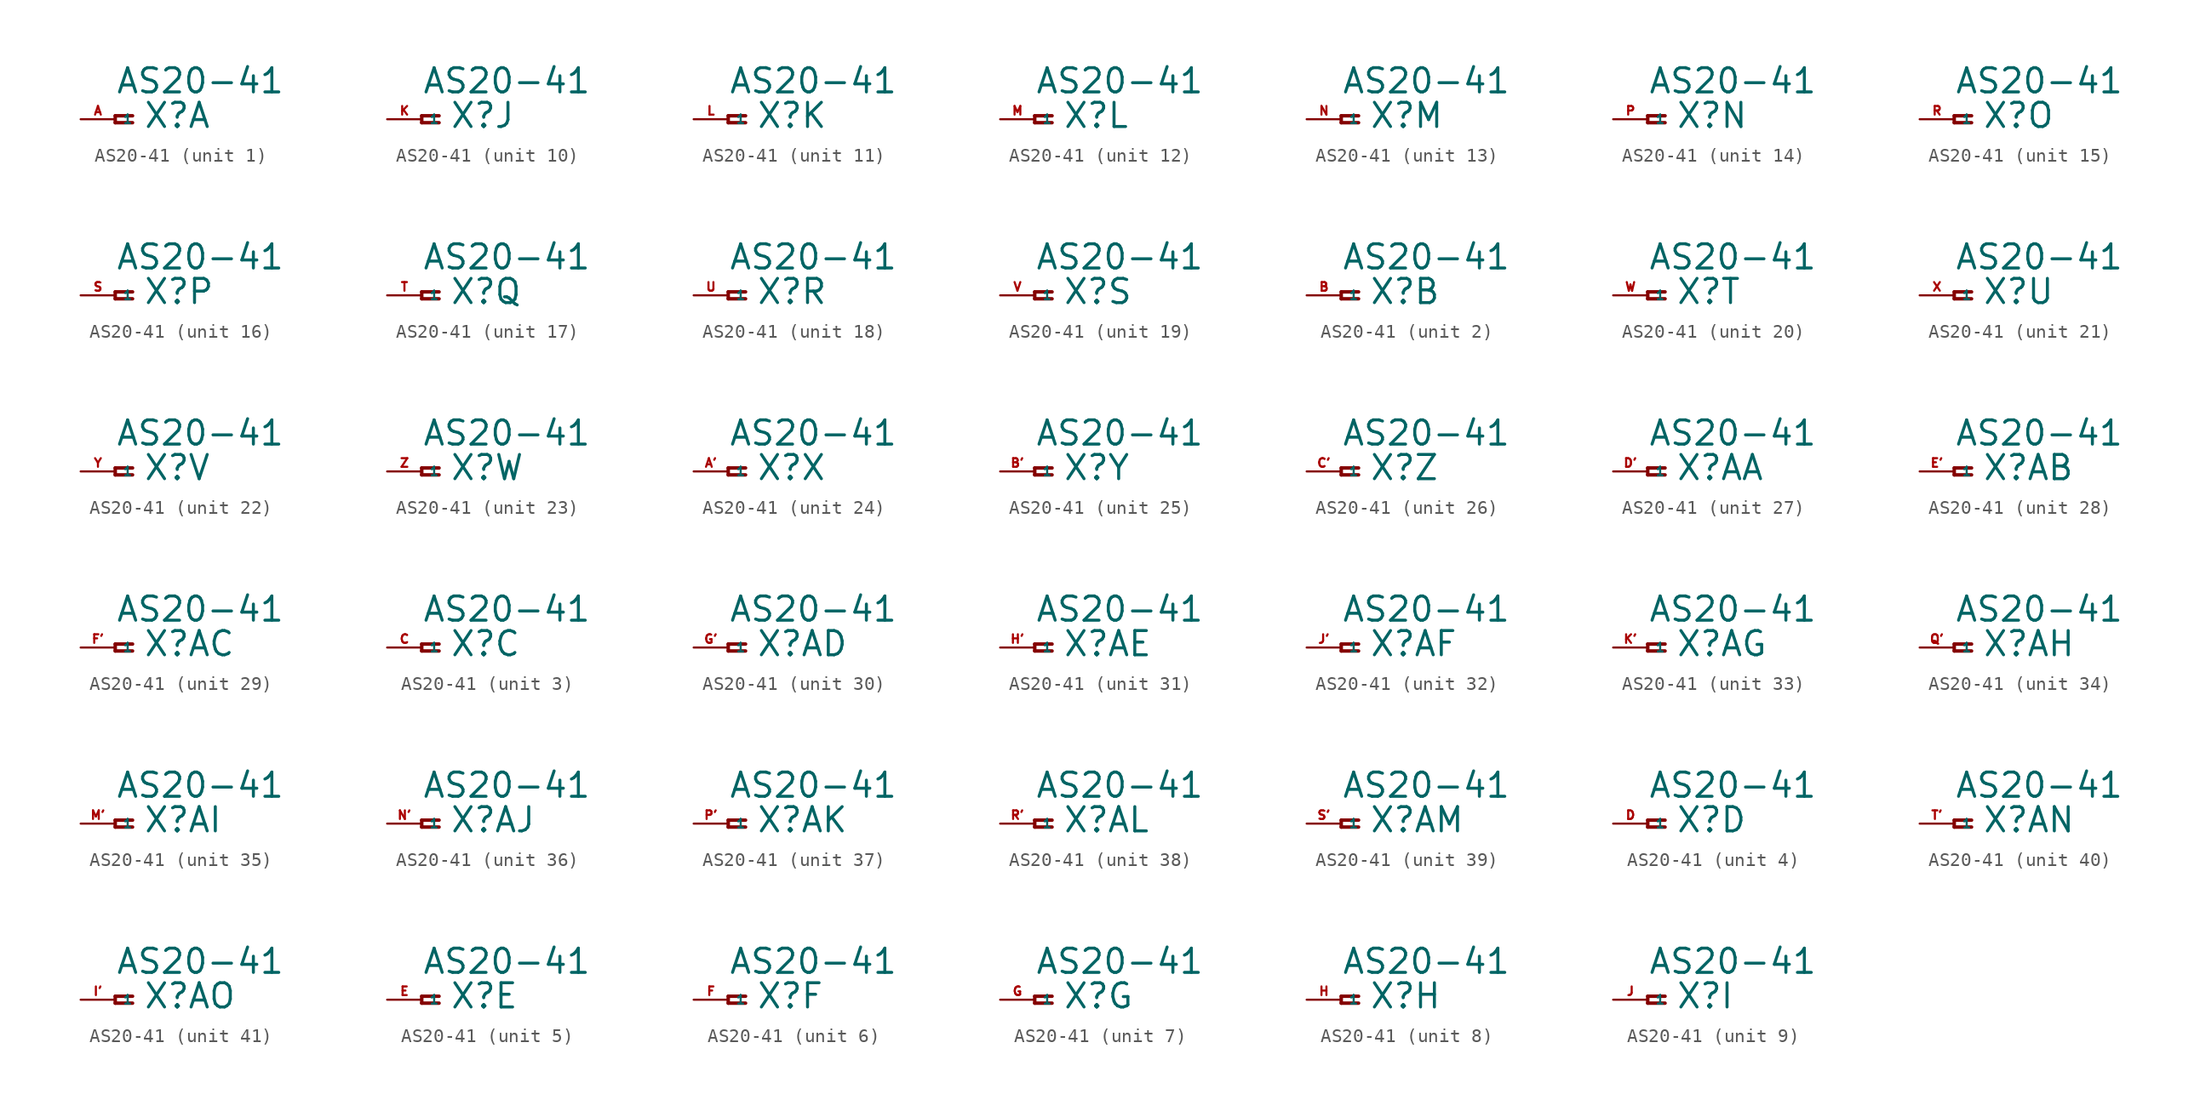
<source format=kicad_sym>
(kicad_symbol_lib
  (version 20220914)
  (generator Eagle2Kicad)
  (symbol "AS20-41"
    (property "Reference" "X"
      (at 2.032 -0.762 0)
      (effects (font (size 1.778 1.778) (thickness 0.22)) (justify left bottom)))
    (property "Value" "AS20-41"
      (at 0 1.778 0)
      (effects (font (size 1.778 1.778) (thickness 0.22)) (justify left bottom)))
    (symbol "AS20-41_1_0"
      (polyline (pts (xy 1.27 0.254) (xy 0 0.254)) (stroke (width 0.254) (type default)) (fill (type none)))
      (polyline (pts (xy 0 0.254) (xy 0 -0.254)) (stroke (width 0.254) (type default)) (fill (type none)))
      (polyline (pts (xy 0 -0.254) (xy 1.27 -0.254)) (stroke (width 0.254) (type default)) (fill (type none)))
      (pin passive line (at -2.54 0 0) (length 2.54) (name "1" (effects (font (size 0.635 0.635) (thickness 0.08)) (justify left bottom))) (number "A" (effects (font (size 0.635 0.635) (thickness 0.08)) (justify left bottom)))))
    (symbol "AS20-41_2_0"
      (polyline (pts (xy 1.27 0.254) (xy 0 0.254)) (stroke (width 0.254) (type default)) (fill (type none)))
      (polyline (pts (xy 0 0.254) (xy 0 -0.254)) (stroke (width 0.254) (type default)) (fill (type none)))
      (polyline (pts (xy 0 -0.254) (xy 1.27 -0.254)) (stroke (width 0.254) (type default)) (fill (type none)))
      (pin passive line (at -2.54 0 0) (length 2.54) (name "1" (effects (font (size 0.635 0.635) (thickness 0.08)) (justify left bottom))) (number "B" (effects (font (size 0.635 0.635) (thickness 0.08)) (justify left bottom)))))
    (symbol "AS20-41_3_0"
      (polyline (pts (xy 1.27 0.254) (xy 0 0.254)) (stroke (width 0.254) (type default)) (fill (type none)))
      (polyline (pts (xy 0 0.254) (xy 0 -0.254)) (stroke (width 0.254) (type default)) (fill (type none)))
      (polyline (pts (xy 0 -0.254) (xy 1.27 -0.254)) (stroke (width 0.254) (type default)) (fill (type none)))
      (pin passive line (at -2.54 0 0) (length 2.54) (name "1" (effects (font (size 0.635 0.635) (thickness 0.08)) (justify left bottom))) (number "C" (effects (font (size 0.635 0.635) (thickness 0.08)) (justify left bottom)))))
    (symbol "AS20-41_4_0"
      (polyline (pts (xy 1.27 0.254) (xy 0 0.254)) (stroke (width 0.254) (type default)) (fill (type none)))
      (polyline (pts (xy 0 0.254) (xy 0 -0.254)) (stroke (width 0.254) (type default)) (fill (type none)))
      (polyline (pts (xy 0 -0.254) (xy 1.27 -0.254)) (stroke (width 0.254) (type default)) (fill (type none)))
      (pin passive line (at -2.54 0 0) (length 2.54) (name "1" (effects (font (size 0.635 0.635) (thickness 0.08)) (justify left bottom))) (number "D" (effects (font (size 0.635 0.635) (thickness 0.08)) (justify left bottom)))))
    (symbol "AS20-41_5_0"
      (polyline (pts (xy 1.27 0.254) (xy 0 0.254)) (stroke (width 0.254) (type default)) (fill (type none)))
      (polyline (pts (xy 0 0.254) (xy 0 -0.254)) (stroke (width 0.254) (type default)) (fill (type none)))
      (polyline (pts (xy 0 -0.254) (xy 1.27 -0.254)) (stroke (width 0.254) (type default)) (fill (type none)))
      (pin passive line (at -2.54 0 0) (length 2.54) (name "1" (effects (font (size 0.635 0.635) (thickness 0.08)) (justify left bottom))) (number "E" (effects (font (size 0.635 0.635) (thickness 0.08)) (justify left bottom)))))
    (symbol "AS20-41_6_0"
      (polyline (pts (xy 1.27 0.254) (xy 0 0.254)) (stroke (width 0.254) (type default)) (fill (type none)))
      (polyline (pts (xy 0 0.254) (xy 0 -0.254)) (stroke (width 0.254) (type default)) (fill (type none)))
      (polyline (pts (xy 0 -0.254) (xy 1.27 -0.254)) (stroke (width 0.254) (type default)) (fill (type none)))
      (pin passive line (at -2.54 0 0) (length 2.54) (name "1" (effects (font (size 0.635 0.635) (thickness 0.08)) (justify left bottom))) (number "F" (effects (font (size 0.635 0.635) (thickness 0.08)) (justify left bottom)))))
    (symbol "AS20-41_7_0"
      (polyline (pts (xy 1.27 0.254) (xy 0 0.254)) (stroke (width 0.254) (type default)) (fill (type none)))
      (polyline (pts (xy 0 0.254) (xy 0 -0.254)) (stroke (width 0.254) (type default)) (fill (type none)))
      (polyline (pts (xy 0 -0.254) (xy 1.27 -0.254)) (stroke (width 0.254) (type default)) (fill (type none)))
      (pin passive line (at -2.54 0 0) (length 2.54) (name "1" (effects (font (size 0.635 0.635) (thickness 0.08)) (justify left bottom))) (number "G" (effects (font (size 0.635 0.635) (thickness 0.08)) (justify left bottom)))))
    (symbol "AS20-41_8_0"
      (polyline (pts (xy 1.27 0.254) (xy 0 0.254)) (stroke (width 0.254) (type default)) (fill (type none)))
      (polyline (pts (xy 0 0.254) (xy 0 -0.254)) (stroke (width 0.254) (type default)) (fill (type none)))
      (polyline (pts (xy 0 -0.254) (xy 1.27 -0.254)) (stroke (width 0.254) (type default)) (fill (type none)))
      (pin passive line (at -2.54 0 0) (length 2.54) (name "1" (effects (font (size 0.635 0.635) (thickness 0.08)) (justify left bottom))) (number "H" (effects (font (size 0.635 0.635) (thickness 0.08)) (justify left bottom)))))
    (symbol "AS20-41_9_0"
      (polyline (pts (xy 1.27 0.254) (xy 0 0.254)) (stroke (width 0.254) (type default)) (fill (type none)))
      (polyline (pts (xy 0 0.254) (xy 0 -0.254)) (stroke (width 0.254) (type default)) (fill (type none)))
      (polyline (pts (xy 0 -0.254) (xy 1.27 -0.254)) (stroke (width 0.254) (type default)) (fill (type none)))
      (pin passive line (at -2.54 0 0) (length 2.54) (name "1" (effects (font (size 0.635 0.635) (thickness 0.08)) (justify left bottom))) (number "J" (effects (font (size 0.635 0.635) (thickness 0.08)) (justify left bottom)))))
    (symbol "AS20-41_10_0"
      (polyline (pts (xy 1.27 0.254) (xy 0 0.254)) (stroke (width 0.254) (type default)) (fill (type none)))
      (polyline (pts (xy 0 0.254) (xy 0 -0.254)) (stroke (width 0.254) (type default)) (fill (type none)))
      (polyline (pts (xy 0 -0.254) (xy 1.27 -0.254)) (stroke (width 0.254) (type default)) (fill (type none)))
      (pin passive line (at -2.54 0 0) (length 2.54) (name "1" (effects (font (size 0.635 0.635) (thickness 0.08)) (justify left bottom))) (number "K" (effects (font (size 0.635 0.635) (thickness 0.08)) (justify left bottom)))))
    (symbol "AS20-41_11_0"
      (polyline (pts (xy 1.27 0.254) (xy 0 0.254)) (stroke (width 0.254) (type default)) (fill (type none)))
      (polyline (pts (xy 0 0.254) (xy 0 -0.254)) (stroke (width 0.254) (type default)) (fill (type none)))
      (polyline (pts (xy 0 -0.254) (xy 1.27 -0.254)) (stroke (width 0.254) (type default)) (fill (type none)))
      (pin passive line (at -2.54 0 0) (length 2.54) (name "1" (effects (font (size 0.635 0.635) (thickness 0.08)) (justify left bottom))) (number "L" (effects (font (size 0.635 0.635) (thickness 0.08)) (justify left bottom)))))
    (symbol "AS20-41_12_0"
      (polyline (pts (xy 1.27 0.254) (xy 0 0.254)) (stroke (width 0.254) (type default)) (fill (type none)))
      (polyline (pts (xy 0 0.254) (xy 0 -0.254)) (stroke (width 0.254) (type default)) (fill (type none)))
      (polyline (pts (xy 0 -0.254) (xy 1.27 -0.254)) (stroke (width 0.254) (type default)) (fill (type none)))
      (pin passive line (at -2.54 0 0) (length 2.54) (name "1" (effects (font (size 0.635 0.635) (thickness 0.08)) (justify left bottom))) (number "M" (effects (font (size 0.635 0.635) (thickness 0.08)) (justify left bottom)))))
    (symbol "AS20-41_13_0"
      (polyline (pts (xy 1.27 0.254) (xy 0 0.254)) (stroke (width 0.254) (type default)) (fill (type none)))
      (polyline (pts (xy 0 0.254) (xy 0 -0.254)) (stroke (width 0.254) (type default)) (fill (type none)))
      (polyline (pts (xy 0 -0.254) (xy 1.27 -0.254)) (stroke (width 0.254) (type default)) (fill (type none)))
      (pin passive line (at -2.54 0 0) (length 2.54) (name "1" (effects (font (size 0.635 0.635) (thickness 0.08)) (justify left bottom))) (number "N" (effects (font (size 0.635 0.635) (thickness 0.08)) (justify left bottom)))))
    (symbol "AS20-41_14_0"
      (polyline (pts (xy 1.27 0.254) (xy 0 0.254)) (stroke (width 0.254) (type default)) (fill (type none)))
      (polyline (pts (xy 0 0.254) (xy 0 -0.254)) (stroke (width 0.254) (type default)) (fill (type none)))
      (polyline (pts (xy 0 -0.254) (xy 1.27 -0.254)) (stroke (width 0.254) (type default)) (fill (type none)))
      (pin passive line (at -2.54 0 0) (length 2.54) (name "1" (effects (font (size 0.635 0.635) (thickness 0.08)) (justify left bottom))) (number "P" (effects (font (size 0.635 0.635) (thickness 0.08)) (justify left bottom)))))
    (symbol "AS20-41_15_0"
      (polyline (pts (xy 1.27 0.254) (xy 0 0.254)) (stroke (width 0.254) (type default)) (fill (type none)))
      (polyline (pts (xy 0 0.254) (xy 0 -0.254)) (stroke (width 0.254) (type default)) (fill (type none)))
      (polyline (pts (xy 0 -0.254) (xy 1.27 -0.254)) (stroke (width 0.254) (type default)) (fill (type none)))
      (pin passive line (at -2.54 0 0) (length 2.54) (name "1" (effects (font (size 0.635 0.635) (thickness 0.08)) (justify left bottom))) (number "R" (effects (font (size 0.635 0.635) (thickness 0.08)) (justify left bottom)))))
    (symbol "AS20-41_16_0"
      (polyline (pts (xy 1.27 0.254) (xy 0 0.254)) (stroke (width 0.254) (type default)) (fill (type none)))
      (polyline (pts (xy 0 0.254) (xy 0 -0.254)) (stroke (width 0.254) (type default)) (fill (type none)))
      (polyline (pts (xy 0 -0.254) (xy 1.27 -0.254)) (stroke (width 0.254) (type default)) (fill (type none)))
      (pin passive line (at -2.54 0 0) (length 2.54) (name "1" (effects (font (size 0.635 0.635) (thickness 0.08)) (justify left bottom))) (number "S" (effects (font (size 0.635 0.635) (thickness 0.08)) (justify left bottom)))))
    (symbol "AS20-41_17_0"
      (polyline (pts (xy 1.27 0.254) (xy 0 0.254)) (stroke (width 0.254) (type default)) (fill (type none)))
      (polyline (pts (xy 0 0.254) (xy 0 -0.254)) (stroke (width 0.254) (type default)) (fill (type none)))
      (polyline (pts (xy 0 -0.254) (xy 1.27 -0.254)) (stroke (width 0.254) (type default)) (fill (type none)))
      (pin passive line (at -2.54 0 0) (length 2.54) (name "1" (effects (font (size 0.635 0.635) (thickness 0.08)) (justify left bottom))) (number "T" (effects (font (size 0.635 0.635) (thickness 0.08)) (justify left bottom)))))
    (symbol "AS20-41_18_0"
      (polyline (pts (xy 1.27 0.254) (xy 0 0.254)) (stroke (width 0.254) (type default)) (fill (type none)))
      (polyline (pts (xy 0 0.254) (xy 0 -0.254)) (stroke (width 0.254) (type default)) (fill (type none)))
      (polyline (pts (xy 0 -0.254) (xy 1.27 -0.254)) (stroke (width 0.254) (type default)) (fill (type none)))
      (pin passive line (at -2.54 0 0) (length 2.54) (name "1" (effects (font (size 0.635 0.635) (thickness 0.08)) (justify left bottom))) (number "U" (effects (font (size 0.635 0.635) (thickness 0.08)) (justify left bottom)))))
    (symbol "AS20-41_19_0"
      (polyline (pts (xy 1.27 0.254) (xy 0 0.254)) (stroke (width 0.254) (type default)) (fill (type none)))
      (polyline (pts (xy 0 0.254) (xy 0 -0.254)) (stroke (width 0.254) (type default)) (fill (type none)))
      (polyline (pts (xy 0 -0.254) (xy 1.27 -0.254)) (stroke (width 0.254) (type default)) (fill (type none)))
      (pin passive line (at -2.54 0 0) (length 2.54) (name "1" (effects (font (size 0.635 0.635) (thickness 0.08)) (justify left bottom))) (number "V" (effects (font (size 0.635 0.635) (thickness 0.08)) (justify left bottom)))))
    (symbol "AS20-41_20_0"
      (polyline (pts (xy 1.27 0.254) (xy 0 0.254)) (stroke (width 0.254) (type default)) (fill (type none)))
      (polyline (pts (xy 0 0.254) (xy 0 -0.254)) (stroke (width 0.254) (type default)) (fill (type none)))
      (polyline (pts (xy 0 -0.254) (xy 1.27 -0.254)) (stroke (width 0.254) (type default)) (fill (type none)))
      (pin passive line (at -2.54 0 0) (length 2.54) (name "1" (effects (font (size 0.635 0.635) (thickness 0.08)) (justify left bottom))) (number "W" (effects (font (size 0.635 0.635) (thickness 0.08)) (justify left bottom)))))
    (symbol "AS20-41_21_0"
      (polyline (pts (xy 1.27 0.254) (xy 0 0.254)) (stroke (width 0.254) (type default)) (fill (type none)))
      (polyline (pts (xy 0 0.254) (xy 0 -0.254)) (stroke (width 0.254) (type default)) (fill (type none)))
      (polyline (pts (xy 0 -0.254) (xy 1.27 -0.254)) (stroke (width 0.254) (type default)) (fill (type none)))
      (pin passive line (at -2.54 0 0) (length 2.54) (name "1" (effects (font (size 0.635 0.635) (thickness 0.08)) (justify left bottom))) (number "X" (effects (font (size 0.635 0.635) (thickness 0.08)) (justify left bottom)))))
    (symbol "AS20-41_22_0"
      (polyline (pts (xy 1.27 0.254) (xy 0 0.254)) (stroke (width 0.254) (type default)) (fill (type none)))
      (polyline (pts (xy 0 0.254) (xy 0 -0.254)) (stroke (width 0.254) (type default)) (fill (type none)))
      (polyline (pts (xy 0 -0.254) (xy 1.27 -0.254)) (stroke (width 0.254) (type default)) (fill (type none)))
      (pin passive line (at -2.54 0 0) (length 2.54) (name "1" (effects (font (size 0.635 0.635) (thickness 0.08)) (justify left bottom))) (number "Y" (effects (font (size 0.635 0.635) (thickness 0.08)) (justify left bottom)))))
    (symbol "AS20-41_23_0"
      (polyline (pts (xy 1.27 0.254) (xy 0 0.254)) (stroke (width 0.254) (type default)) (fill (type none)))
      (polyline (pts (xy 0 0.254) (xy 0 -0.254)) (stroke (width 0.254) (type default)) (fill (type none)))
      (polyline (pts (xy 0 -0.254) (xy 1.27 -0.254)) (stroke (width 0.254) (type default)) (fill (type none)))
      (pin passive line (at -2.54 0 0) (length 2.54) (name "1" (effects (font (size 0.635 0.635) (thickness 0.08)) (justify left bottom))) (number "Z" (effects (font (size 0.635 0.635) (thickness 0.08)) (justify left bottom)))))
    (symbol "AS20-41_24_0"
      (polyline (pts (xy 1.27 0.254) (xy 0 0.254)) (stroke (width 0.254) (type default)) (fill (type none)))
      (polyline (pts (xy 0 0.254) (xy 0 -0.254)) (stroke (width 0.254) (type default)) (fill (type none)))
      (polyline (pts (xy 0 -0.254) (xy 1.27 -0.254)) (stroke (width 0.254) (type default)) (fill (type none)))
      (pin passive line (at -2.54 0 0) (length 2.54) (name "1" (effects (font (size 0.635 0.635) (thickness 0.08)) (justify left bottom))) (number "A'" (effects (font (size 0.635 0.635) (thickness 0.08)) (justify left bottom)))))
    (symbol "AS20-41_25_0"
      (polyline (pts (xy 1.27 0.254) (xy 0 0.254)) (stroke (width 0.254) (type default)) (fill (type none)))
      (polyline (pts (xy 0 0.254) (xy 0 -0.254)) (stroke (width 0.254) (type default)) (fill (type none)))
      (polyline (pts (xy 0 -0.254) (xy 1.27 -0.254)) (stroke (width 0.254) (type default)) (fill (type none)))
      (pin passive line (at -2.54 0 0) (length 2.54) (name "1" (effects (font (size 0.635 0.635) (thickness 0.08)) (justify left bottom))) (number "B'" (effects (font (size 0.635 0.635) (thickness 0.08)) (justify left bottom)))))
    (symbol "AS20-41_26_0"
      (polyline (pts (xy 1.27 0.254) (xy 0 0.254)) (stroke (width 0.254) (type default)) (fill (type none)))
      (polyline (pts (xy 0 0.254) (xy 0 -0.254)) (stroke (width 0.254) (type default)) (fill (type none)))
      (polyline (pts (xy 0 -0.254) (xy 1.27 -0.254)) (stroke (width 0.254) (type default)) (fill (type none)))
      (pin passive line (at -2.54 0 0) (length 2.54) (name "1" (effects (font (size 0.635 0.635) (thickness 0.08)) (justify left bottom))) (number "C'" (effects (font (size 0.635 0.635) (thickness 0.08)) (justify left bottom)))))
    (symbol "AS20-41_27_0"
      (polyline (pts (xy 1.27 0.254) (xy 0 0.254)) (stroke (width 0.254) (type default)) (fill (type none)))
      (polyline (pts (xy 0 0.254) (xy 0 -0.254)) (stroke (width 0.254) (type default)) (fill (type none)))
      (polyline (pts (xy 0 -0.254) (xy 1.27 -0.254)) (stroke (width 0.254) (type default)) (fill (type none)))
      (pin passive line (at -2.54 0 0) (length 2.54) (name "1" (effects (font (size 0.635 0.635) (thickness 0.08)) (justify left bottom))) (number "D'" (effects (font (size 0.635 0.635) (thickness 0.08)) (justify left bottom)))))
    (symbol "AS20-41_28_0"
      (polyline (pts (xy 1.27 0.254) (xy 0 0.254)) (stroke (width 0.254) (type default)) (fill (type none)))
      (polyline (pts (xy 0 0.254) (xy 0 -0.254)) (stroke (width 0.254) (type default)) (fill (type none)))
      (polyline (pts (xy 0 -0.254) (xy 1.27 -0.254)) (stroke (width 0.254) (type default)) (fill (type none)))
      (pin passive line (at -2.54 0 0) (length 2.54) (name "1" (effects (font (size 0.635 0.635) (thickness 0.08)) (justify left bottom))) (number "E'" (effects (font (size 0.635 0.635) (thickness 0.08)) (justify left bottom)))))
    (symbol "AS20-41_29_0"
      (polyline (pts (xy 1.27 0.254) (xy 0 0.254)) (stroke (width 0.254) (type default)) (fill (type none)))
      (polyline (pts (xy 0 0.254) (xy 0 -0.254)) (stroke (width 0.254) (type default)) (fill (type none)))
      (polyline (pts (xy 0 -0.254) (xy 1.27 -0.254)) (stroke (width 0.254) (type default)) (fill (type none)))
      (pin passive line (at -2.54 0 0) (length 2.54) (name "1" (effects (font (size 0.635 0.635) (thickness 0.08)) (justify left bottom))) (number "F'" (effects (font (size 0.635 0.635) (thickness 0.08)) (justify left bottom)))))
    (symbol "AS20-41_30_0"
      (polyline (pts (xy 1.27 0.254) (xy 0 0.254)) (stroke (width 0.254) (type default)) (fill (type none)))
      (polyline (pts (xy 0 0.254) (xy 0 -0.254)) (stroke (width 0.254) (type default)) (fill (type none)))
      (polyline (pts (xy 0 -0.254) (xy 1.27 -0.254)) (stroke (width 0.254) (type default)) (fill (type none)))
      (pin passive line (at -2.54 0 0) (length 2.54) (name "1" (effects (font (size 0.635 0.635) (thickness 0.08)) (justify left bottom))) (number "G'" (effects (font (size 0.635 0.635) (thickness 0.08)) (justify left bottom)))))
    (symbol "AS20-41_31_0"
      (polyline (pts (xy 1.27 0.254) (xy 0 0.254)) (stroke (width 0.254) (type default)) (fill (type none)))
      (polyline (pts (xy 0 0.254) (xy 0 -0.254)) (stroke (width 0.254) (type default)) (fill (type none)))
      (polyline (pts (xy 0 -0.254) (xy 1.27 -0.254)) (stroke (width 0.254) (type default)) (fill (type none)))
      (pin passive line (at -2.54 0 0) (length 2.54) (name "1" (effects (font (size 0.635 0.635) (thickness 0.08)) (justify left bottom))) (number "H'" (effects (font (size 0.635 0.635) (thickness 0.08)) (justify left bottom)))))
    (symbol "AS20-41_32_0"
      (polyline (pts (xy 1.27 0.254) (xy 0 0.254)) (stroke (width 0.254) (type default)) (fill (type none)))
      (polyline (pts (xy 0 0.254) (xy 0 -0.254)) (stroke (width 0.254) (type default)) (fill (type none)))
      (polyline (pts (xy 0 -0.254) (xy 1.27 -0.254)) (stroke (width 0.254) (type default)) (fill (type none)))
      (pin passive line (at -2.54 0 0) (length 2.54) (name "1" (effects (font (size 0.635 0.635) (thickness 0.08)) (justify left bottom))) (number "J'" (effects (font (size 0.635 0.635) (thickness 0.08)) (justify left bottom)))))
    (symbol "AS20-41_33_0"
      (polyline (pts (xy 1.27 0.254) (xy 0 0.254)) (stroke (width 0.254) (type default)) (fill (type none)))
      (polyline (pts (xy 0 0.254) (xy 0 -0.254)) (stroke (width 0.254) (type default)) (fill (type none)))
      (polyline (pts (xy 0 -0.254) (xy 1.27 -0.254)) (stroke (width 0.254) (type default)) (fill (type none)))
      (pin passive line (at -2.54 0 0) (length 2.54) (name "1" (effects (font (size 0.635 0.635) (thickness 0.08)) (justify left bottom))) (number "K'" (effects (font (size 0.635 0.635) (thickness 0.08)) (justify left bottom)))))
    (symbol "AS20-41_34_0"
      (polyline (pts (xy 1.27 0.254) (xy 0 0.254)) (stroke (width 0.254) (type default)) (fill (type none)))
      (polyline (pts (xy 0 0.254) (xy 0 -0.254)) (stroke (width 0.254) (type default)) (fill (type none)))
      (polyline (pts (xy 0 -0.254) (xy 1.27 -0.254)) (stroke (width 0.254) (type default)) (fill (type none)))
      (pin passive line (at -2.54 0 0) (length 2.54) (name "1" (effects (font (size 0.635 0.635) (thickness 0.08)) (justify left bottom))) (number "Q'" (effects (font (size 0.635 0.635) (thickness 0.08)) (justify left bottom)))))
    (symbol "AS20-41_35_0"
      (polyline (pts (xy 1.27 0.254) (xy 0 0.254)) (stroke (width 0.254) (type default)) (fill (type none)))
      (polyline (pts (xy 0 0.254) (xy 0 -0.254)) (stroke (width 0.254) (type default)) (fill (type none)))
      (polyline (pts (xy 0 -0.254) (xy 1.27 -0.254)) (stroke (width 0.254) (type default)) (fill (type none)))
      (pin passive line (at -2.54 0 0) (length 2.54) (name "1" (effects (font (size 0.635 0.635) (thickness 0.08)) (justify left bottom))) (number "M'" (effects (font (size 0.635 0.635) (thickness 0.08)) (justify left bottom)))))
    (symbol "AS20-41_36_0"
      (polyline (pts (xy 1.27 0.254) (xy 0 0.254)) (stroke (width 0.254) (type default)) (fill (type none)))
      (polyline (pts (xy 0 0.254) (xy 0 -0.254)) (stroke (width 0.254) (type default)) (fill (type none)))
      (polyline (pts (xy 0 -0.254) (xy 1.27 -0.254)) (stroke (width 0.254) (type default)) (fill (type none)))
      (pin passive line (at -2.54 0 0) (length 2.54) (name "1" (effects (font (size 0.635 0.635) (thickness 0.08)) (justify left bottom))) (number "N'" (effects (font (size 0.635 0.635) (thickness 0.08)) (justify left bottom)))))
    (symbol "AS20-41_37_0"
      (polyline (pts (xy 1.27 0.254) (xy 0 0.254)) (stroke (width 0.254) (type default)) (fill (type none)))
      (polyline (pts (xy 0 0.254) (xy 0 -0.254)) (stroke (width 0.254) (type default)) (fill (type none)))
      (polyline (pts (xy 0 -0.254) (xy 1.27 -0.254)) (stroke (width 0.254) (type default)) (fill (type none)))
      (pin passive line (at -2.54 0 0) (length 2.54) (name "1" (effects (font (size 0.635 0.635) (thickness 0.08)) (justify left bottom))) (number "P'" (effects (font (size 0.635 0.635) (thickness 0.08)) (justify left bottom)))))
    (symbol "AS20-41_38_0"
      (polyline (pts (xy 1.27 0.254) (xy 0 0.254)) (stroke (width 0.254) (type default)) (fill (type none)))
      (polyline (pts (xy 0 0.254) (xy 0 -0.254)) (stroke (width 0.254) (type default)) (fill (type none)))
      (polyline (pts (xy 0 -0.254) (xy 1.27 -0.254)) (stroke (width 0.254) (type default)) (fill (type none)))
      (pin passive line (at -2.54 0 0) (length 2.54) (name "1" (effects (font (size 0.635 0.635) (thickness 0.08)) (justify left bottom))) (number "R'" (effects (font (size 0.635 0.635) (thickness 0.08)) (justify left bottom)))))
    (symbol "AS20-41_39_0"
      (polyline (pts (xy 1.27 0.254) (xy 0 0.254)) (stroke (width 0.254) (type default)) (fill (type none)))
      (polyline (pts (xy 0 0.254) (xy 0 -0.254)) (stroke (width 0.254) (type default)) (fill (type none)))
      (polyline (pts (xy 0 -0.254) (xy 1.27 -0.254)) (stroke (width 0.254) (type default)) (fill (type none)))
      (pin passive line (at -2.54 0 0) (length 2.54) (name "1" (effects (font (size 0.635 0.635) (thickness 0.08)) (justify left bottom))) (number "S'" (effects (font (size 0.635 0.635) (thickness 0.08)) (justify left bottom)))))
    (symbol "AS20-41_40_0"
      (polyline (pts (xy 1.27 0.254) (xy 0 0.254)) (stroke (width 0.254) (type default)) (fill (type none)))
      (polyline (pts (xy 0 0.254) (xy 0 -0.254)) (stroke (width 0.254) (type default)) (fill (type none)))
      (polyline (pts (xy 0 -0.254) (xy 1.27 -0.254)) (stroke (width 0.254) (type default)) (fill (type none)))
      (pin passive line (at -2.54 0 0) (length 2.54) (name "1" (effects (font (size 0.635 0.635) (thickness 0.08)) (justify left bottom))) (number "T'" (effects (font (size 0.635 0.635) (thickness 0.08)) (justify left bottom)))))
    (symbol "AS20-41_41_0"
      (polyline (pts (xy 1.27 0.254) (xy 0 0.254)) (stroke (width 0.254) (type default)) (fill (type none)))
      (polyline (pts (xy 0 0.254) (xy 0 -0.254)) (stroke (width 0.254) (type default)) (fill (type none)))
      (polyline (pts (xy 0 -0.254) (xy 1.27 -0.254)) (stroke (width 0.254) (type default)) (fill (type none)))
      (pin passive line (at -2.54 0 0) (length 2.54) (name "1" (effects (font (size 0.635 0.635) (thickness 0.08)) (justify left bottom))) (number "I'" (effects (font (size 0.635 0.635) (thickness 0.08)) (justify left bottom)))))))
</source>
